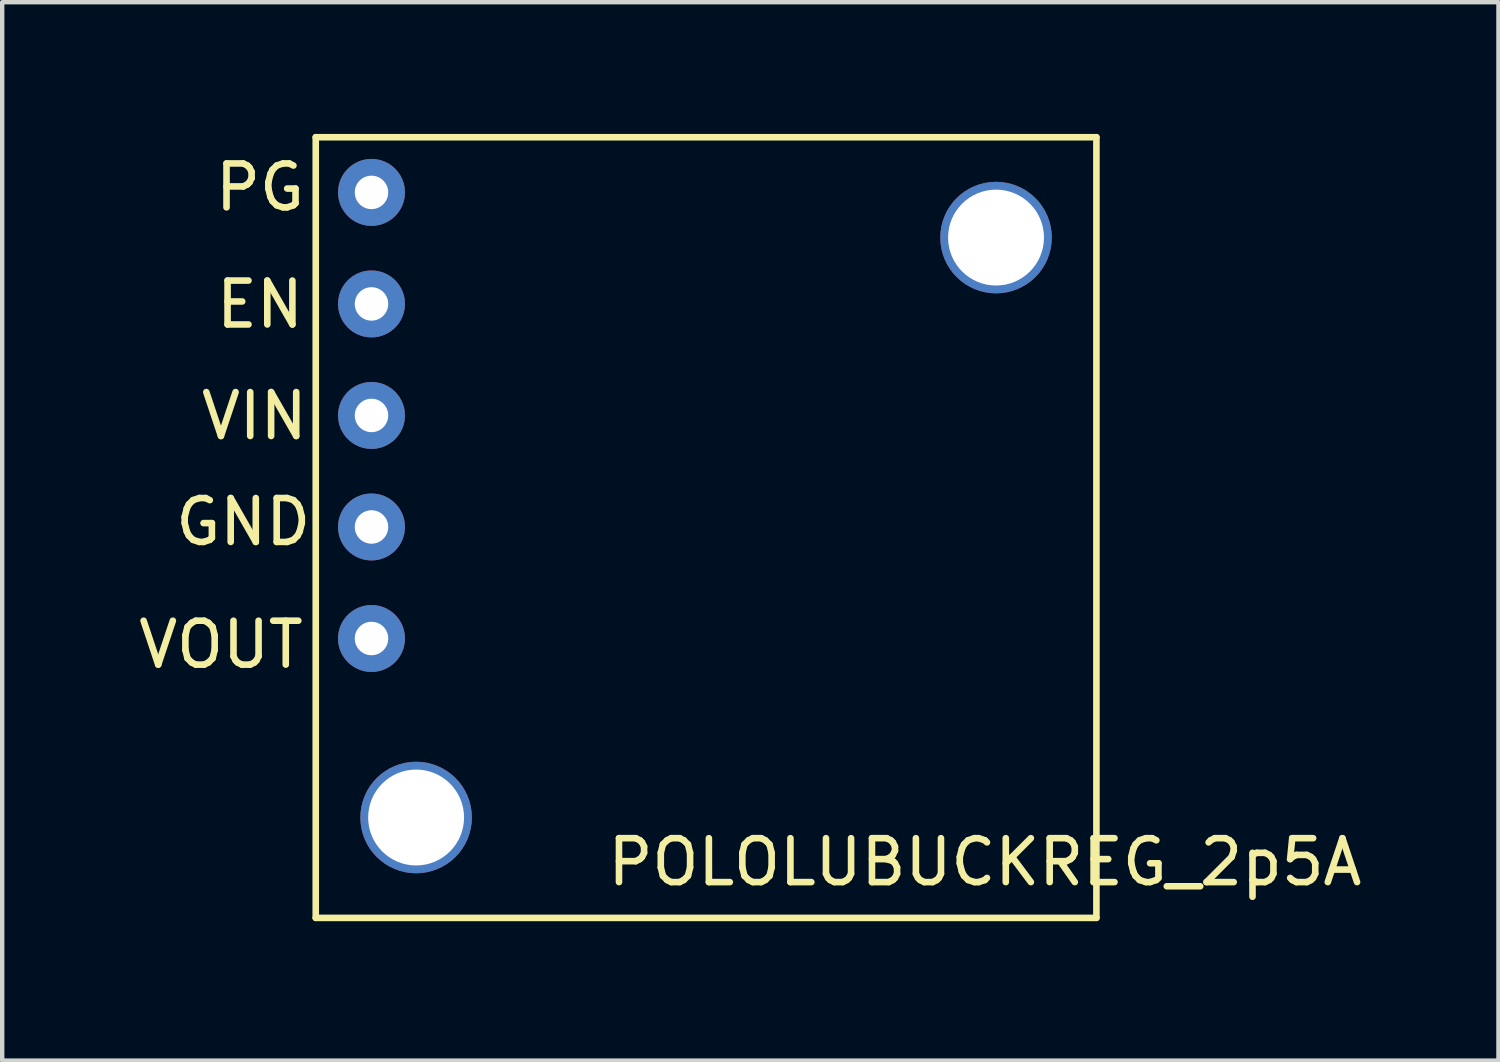
<source format=kicad_pcb>
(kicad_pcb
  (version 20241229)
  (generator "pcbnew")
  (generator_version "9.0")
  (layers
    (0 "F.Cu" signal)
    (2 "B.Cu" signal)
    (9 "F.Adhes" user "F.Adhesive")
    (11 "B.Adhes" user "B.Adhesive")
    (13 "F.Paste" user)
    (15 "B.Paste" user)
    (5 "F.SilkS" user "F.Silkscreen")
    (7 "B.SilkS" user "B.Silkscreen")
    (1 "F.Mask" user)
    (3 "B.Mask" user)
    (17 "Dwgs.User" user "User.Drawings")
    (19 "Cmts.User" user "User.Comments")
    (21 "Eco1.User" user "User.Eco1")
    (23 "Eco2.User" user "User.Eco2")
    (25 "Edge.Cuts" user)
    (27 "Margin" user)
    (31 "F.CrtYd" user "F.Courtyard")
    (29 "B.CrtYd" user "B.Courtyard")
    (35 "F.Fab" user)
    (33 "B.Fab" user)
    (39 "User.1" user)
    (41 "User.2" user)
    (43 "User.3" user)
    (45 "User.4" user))
  (footprint "POLOLUBUCKREG_2p5A"
    (layer "F.Cu")
    (at 4.141 17.855)
    (property "Reference" "POLOLUBUCKREG_2p5A" (at 15.24 -1.27 0) (layer "F.SilkS") (effects (font (size 1 1) (thickness 0.15))))
    (attr through_hole)
    (fp_line (start 0 -17.78) (end 17.78 -17.78) (stroke (width 0.15) (type solid)) (layer "F.SilkS"))
    (fp_line (start 0 0) (end 0 -17.78) (stroke (width 0.15) (type solid)) (layer "F.SilkS"))
    (fp_line (start 17.78 -17.78) (end 17.78 0) (stroke (width 0.15) (type solid)) (layer "F.SilkS"))
    (fp_line (start 17.78 0) (end 0 0) (stroke (width 0.15) (type solid)) (layer "F.SilkS"))
    (fp_text user "EN" (at -1.27 -13.97 0) (layer "F.SilkS") (effects (font (size 1 1) (thickness 0.15))))
    (fp_text user "VOUT" (at -2.159 -6.223 0) (layer "F.SilkS") (effects (font (size 1 1) (thickness 0.15))))
    (fp_text user "PG" (at -1.27 -16.637 0) (layer "F.SilkS") (effects (font (size 1 1) (thickness 0.15))))
    (fp_text user "GND" (at -1.651 -9.017 0) (layer "F.SilkS") (effects (font (size 1 1) (thickness 0.15))))
    (fp_text user "VIN" (at -1.397 -11.43 0) (layer "F.SilkS") (effects (font (size 1 1) (thickness 0.15))))
    (pad "1" thru_hole circle (at 1.27 -16.523) (size 1.524 1.524) (drill 0.762) (layers "*.Cu" "*.Mask"))
    (pad "2" thru_hole circle (at 1.27 -13.983) (size 1.524 1.524) (drill 0.762) (layers "*.Cu" "*.Mask"))
    (pad "3" thru_hole circle (at 1.27 -11.443) (size 1.524 1.524) (drill 0.762) (layers "*.Cu" "*.Mask"))
    (pad "4" thru_hole circle (at 1.27 -8.903) (size 1.524 1.524) (drill 0.762) (layers "*.Cu" "*.Mask"))
    (pad "5" thru_hole circle (at 1.27 -6.363) (size 1.524 1.524) (drill 0.762) (layers "*.Cu" "*.Mask"))
    (pad "M" thru_hole circle (at 2.286 -2.286) (size 2.54 2.54) (drill 2.184) (layers "*.Cu" "*.Mask"))
    (pad "M" thru_hole circle (at 15.494 -15.494) (size 2.54 2.54) (drill 2.184) (layers "*.Cu" "*.Mask")))
  (gr_rect
    (start -3 -3)
    (end 31.078 21.105)
    (stroke (width 0.1) (type default))
    (fill no)
    (layer "Edge.Cuts")))
</source>
